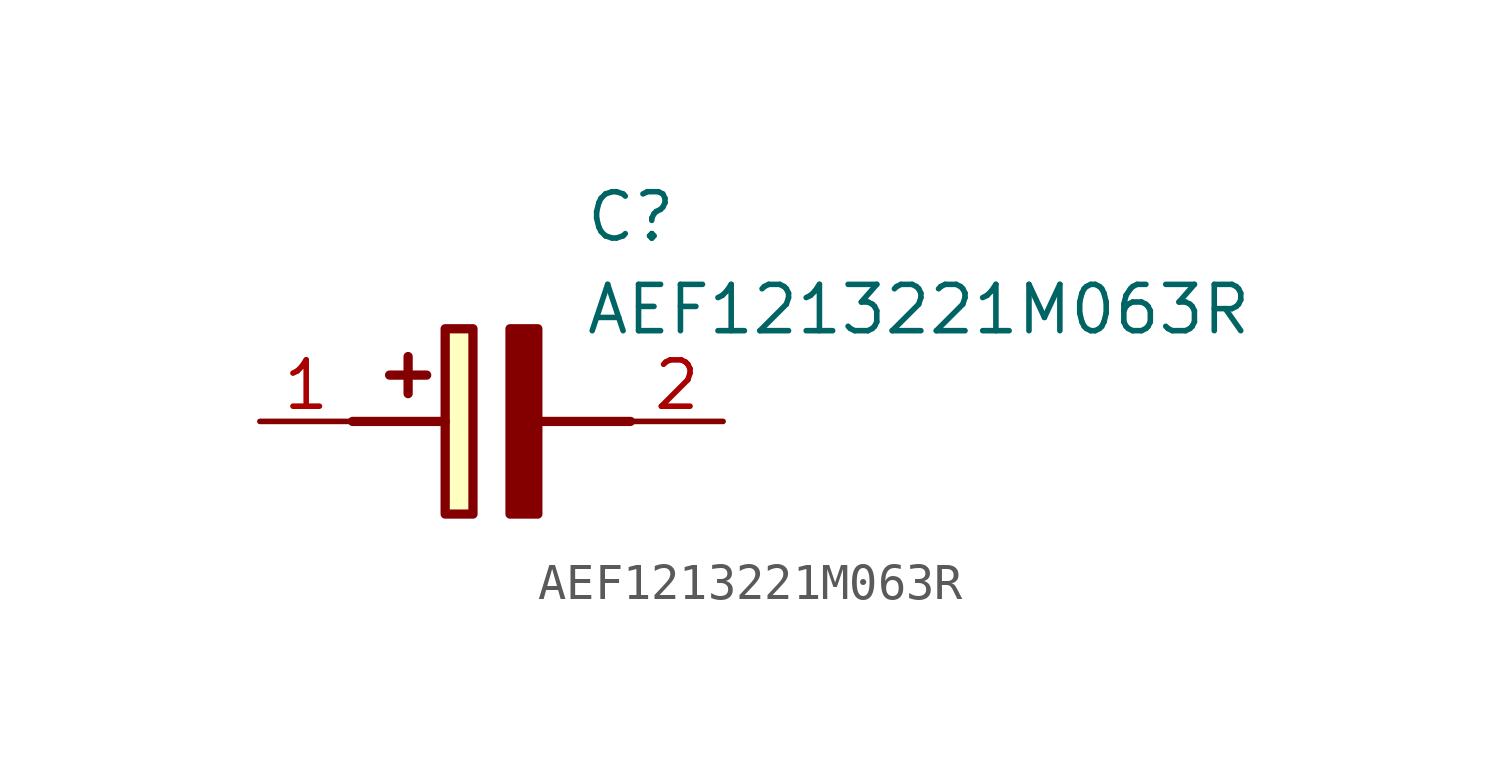
<source format=kicad_sym>
(kicad_symbol_lib
  (version 20211014)
  (generator SamacSys_ECAD_Model)
  (symbol "AEF1213221M063R"
    (pin_names hide)
    (property "Reference" "C"
      (at 8.89 6.35 0)
      (effects (font (size 1.27 1.27)) (justify left top)))
    (property "Value" "AEF1213221M063R"
      (at 8.89 3.81 0)
      (effects (font (size 1.27 1.27)) (justify left top)))
    (rectangle
      (start 5.08 2.54)
      (end 5.842 -2.54)
      (stroke (width 0.254) (type default))
      (fill (type background)))
    (polyline
      (pts (xy 4.572 1.27) (xy 3.556 1.27))
      (stroke (width 0.254) (type default))
      (fill (type none)))
    (polyline
      (pts (xy 4.064 1.778) (xy 4.064 0.762))
      (stroke (width 0.254) (type default))
      (fill (type none)))
    (polyline
      (pts (xy 2.54 0) (xy 5.08 0))
      (stroke (width 0.254) (type default))
      (fill (type none)))
    (polyline
      (pts (xy 7.62 0) (xy 10.16 0))
      (stroke (width 0.254) (type default))
      (fill (type none)))
    (polyline
      (pts (xy 7.62 2.54) (xy 7.62 -2.54) (xy 6.858 -2.54) (xy 6.858 2.54) (xy 7.62 2.54))
      (stroke (width 0.254) (type default))
      (fill (type outline)))
    (pin passive line
      (at 0 0 0)
      (length 2.54)
      (name "+" (effects (font (size 1.27 1.27))))
      (number "1" (effects (font (size 1.27 1.27)))))
    (pin passive line
      (at 12.7 0 180)
      (length 2.54)
      (name "-" (effects (font (size 1.27 1.27))))
      (number "2" (effects (font (size 1.27 1.27)))))))
</source>
